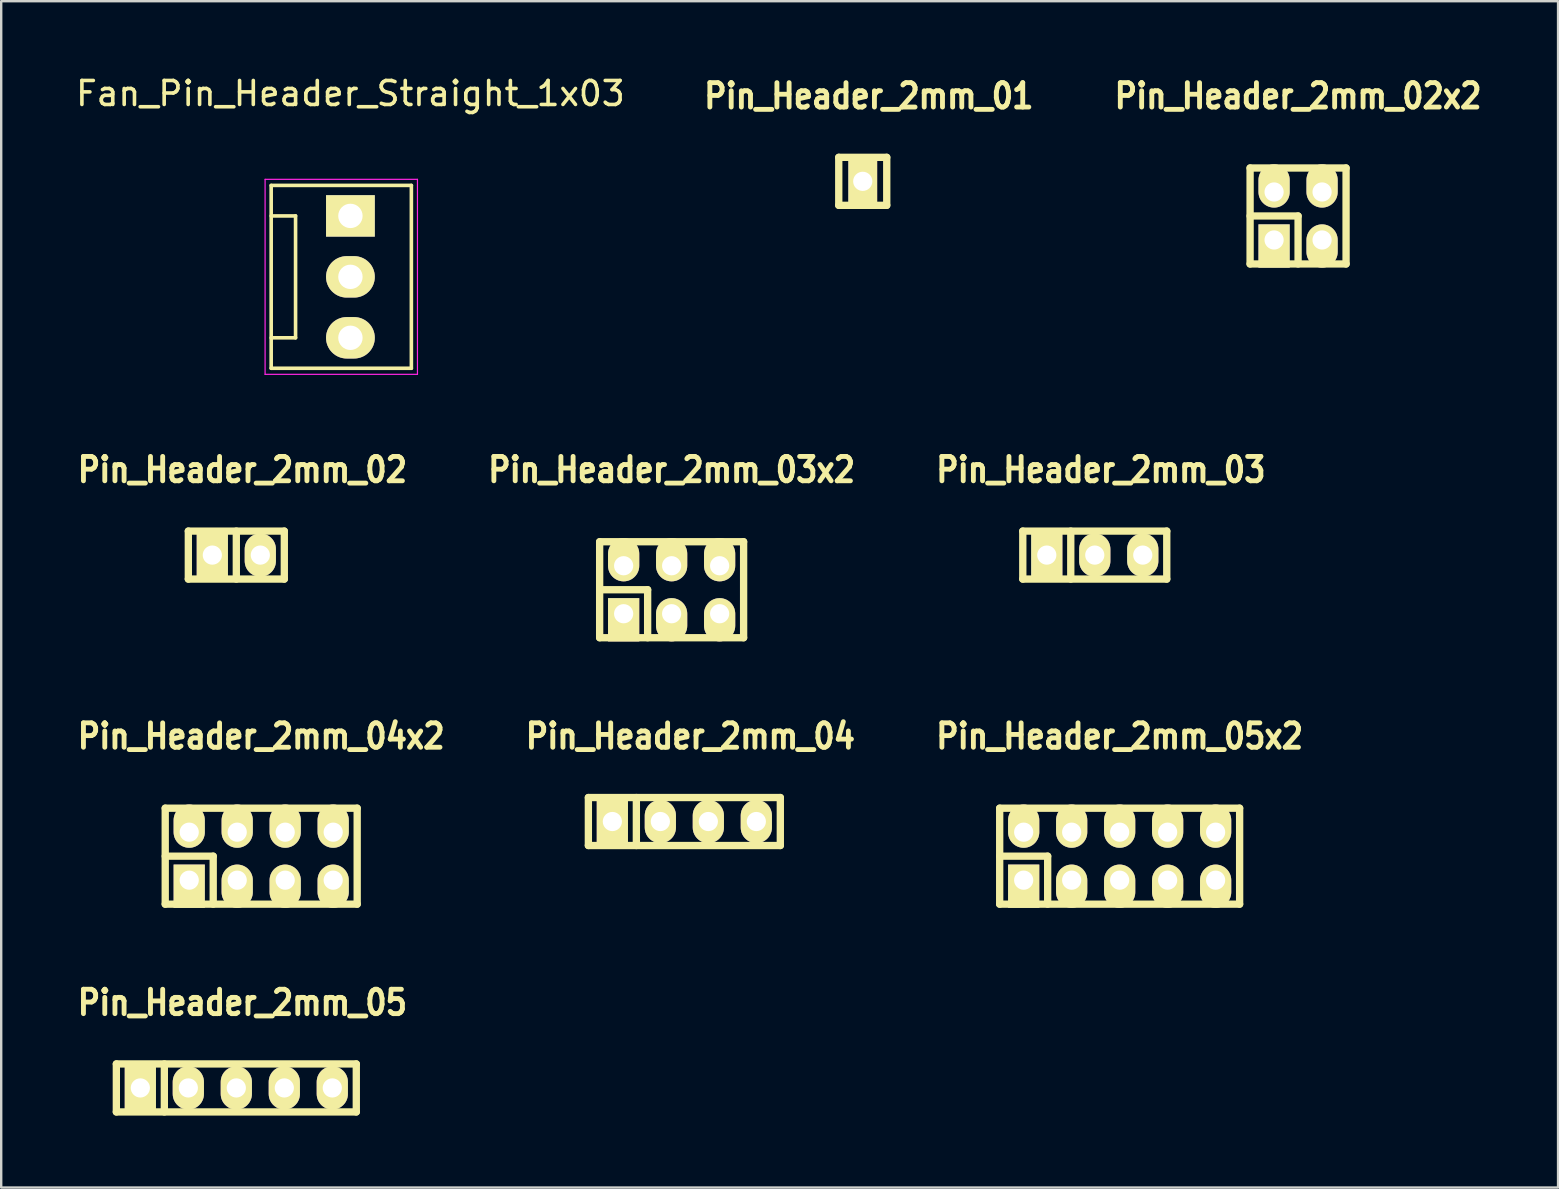
<source format=kicad_pcb>
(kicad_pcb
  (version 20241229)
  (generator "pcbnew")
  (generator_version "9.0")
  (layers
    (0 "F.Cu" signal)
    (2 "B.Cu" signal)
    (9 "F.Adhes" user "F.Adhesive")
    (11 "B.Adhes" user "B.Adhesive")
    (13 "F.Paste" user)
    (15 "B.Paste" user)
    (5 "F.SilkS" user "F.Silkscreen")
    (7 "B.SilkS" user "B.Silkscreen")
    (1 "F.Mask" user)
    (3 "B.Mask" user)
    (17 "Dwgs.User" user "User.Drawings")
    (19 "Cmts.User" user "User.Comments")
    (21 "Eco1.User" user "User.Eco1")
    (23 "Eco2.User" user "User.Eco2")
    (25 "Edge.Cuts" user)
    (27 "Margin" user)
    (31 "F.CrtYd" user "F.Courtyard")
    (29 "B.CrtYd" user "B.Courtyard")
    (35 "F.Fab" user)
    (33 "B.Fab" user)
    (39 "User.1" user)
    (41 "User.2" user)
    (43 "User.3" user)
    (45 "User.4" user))
  (footprint "Pin_Header_2mm_05x2"
    (layer "F.Cu")
    (at 43.613 32.632)
    (property "Reference" "Pin_Header_2mm_05x2" (at 0 -5 0) (layer "F.SilkS") (effects (font (size 1.016 0.889) (thickness 0.203))))
    (attr through_hole)
    (fp_line (start -5 -2) (end 5 -2) (stroke (width 0.305) (type solid)) (layer "F.SilkS"))
    (fp_line (start -5 0) (end -3 0) (stroke (width 0.305) (type solid)) (layer "F.SilkS"))
    (fp_line (start -5 2) (end -5 -2) (stroke (width 0.305) (type solid)) (layer "F.SilkS"))
    (fp_line (start -3 0) (end -3 2) (stroke (width 0.305) (type solid)) (layer "F.SilkS"))
    (fp_line (start 5 -2) (end 5 2) (stroke (width 0.305) (type solid)) (layer "F.SilkS"))
    (fp_line (start 5 2) (end -5 2) (stroke (width 0.305) (type solid)) (layer "F.SilkS"))
    (pad "1" thru_hole rect (at -4 1) (size 1.3 1.8) (drill 0.8 (offset 0 0.25)) (layers "*.Cu" "*.Mask" "F.SilkS"))
    (pad "2" thru_hole oval (at -4 -1) (size 1.3 1.8) (drill 0.8 (offset 0 -0.25)) (layers "*.Cu" "*.Mask" "F.SilkS"))
    (pad "3" thru_hole oval (at -2 1) (size 1.3 1.8) (drill 0.8 (offset 0 0.25)) (layers "*.Cu" "*.Mask" "F.SilkS"))
    (pad "4" thru_hole oval (at -2 -1) (size 1.3 1.8) (drill 0.8 (offset 0 -0.25)) (layers "*.Cu" "*.Mask" "F.SilkS"))
    (pad "5" thru_hole oval (at 0 1) (size 1.3 1.8) (drill 0.8 (offset 0 0.25)) (layers "*.Cu" "*.Mask" "F.SilkS"))
    (pad "6" thru_hole oval (at 0 -1) (size 1.3 1.8) (drill 0.8 (offset 0 -0.25)) (layers "*.Cu" "*.Mask" "F.SilkS"))
    (pad "7" thru_hole oval (at 2 1) (size 1.3 1.8) (drill 0.8 (offset 0 0.25)) (layers "*.Cu" "*.Mask" "F.SilkS"))
    (pad "8" thru_hole oval (at 2 -1) (size 1.3 1.8) (drill 0.8 (offset 0 -0.25)) (layers "*.Cu" "*.Mask" "F.SilkS"))
    (pad "9" thru_hole oval (at 4 1) (size 1.3 1.8) (drill 0.8 (offset 0 0.25)) (layers "*.Cu" "*.Mask" "F.SilkS"))
    (pad "10" thru_hole oval (at 4 -1) (size 1.3 1.8) (drill 0.8 (offset 0 -0.25)) (layers "*.Cu" "*.Mask" "F.SilkS")))
  (footprint "Pin_Header_2mm_04x2"
    (layer "F.Cu")
    (at 7.836 32.632)
    (property "Reference" "Pin_Header_2mm_04x2" (at 0 -5 0) (layer "F.SilkS") (effects (font (size 1.016 0.889) (thickness 0.203))))
    (attr through_hole)
    (fp_line (start -4 -2) (end 4 -2) (stroke (width 0.305) (type solid)) (layer "F.SilkS"))
    (fp_line (start -4 0) (end -2 0) (stroke (width 0.305) (type solid)) (layer "F.SilkS"))
    (fp_line (start -4 2) (end -4 -2) (stroke (width 0.305) (type solid)) (layer "F.SilkS"))
    (fp_line (start -2 0) (end -2 2) (stroke (width 0.305) (type solid)) (layer "F.SilkS"))
    (fp_line (start 4 -2) (end 4 2) (stroke (width 0.305) (type solid)) (layer "F.SilkS"))
    (fp_line (start 4 2) (end -4 2) (stroke (width 0.305) (type solid)) (layer "F.SilkS"))
    (pad "1" thru_hole rect (at -3 1) (size 1.3 1.8) (drill 0.8 (offset 0 0.25)) (layers "*.Cu" "*.Mask" "F.SilkS"))
    (pad "2" thru_hole oval (at -3 -1) (size 1.3 1.8) (drill 0.8 (offset 0 -0.25)) (layers "*.Cu" "*.Mask" "F.SilkS"))
    (pad "3" thru_hole oval (at -1 1) (size 1.3 1.8) (drill 0.8 (offset 0 0.25)) (layers "*.Cu" "*.Mask" "F.SilkS"))
    (pad "4" thru_hole oval (at -1 -1) (size 1.3 1.8) (drill 0.8 (offset 0 -0.25)) (layers "*.Cu" "*.Mask" "F.SilkS"))
    (pad "5" thru_hole oval (at 1 1) (size 1.3 1.8) (drill 0.8 (offset 0 0.25)) (layers "*.Cu" "*.Mask" "F.SilkS"))
    (pad "6" thru_hole oval (at 1 -1) (size 1.3 1.8) (drill 0.8 (offset 0 -0.25)) (layers "*.Cu" "*.Mask" "F.SilkS"))
    (pad "7" thru_hole oval (at 3 1) (size 1.3 1.8) (drill 0.8 (offset 0 0.25)) (layers "*.Cu" "*.Mask" "F.SilkS"))
    (pad "8" thru_hole oval (at 3 -1) (size 1.3 1.8) (drill 0.8 (offset 0 -0.25)) (layers "*.Cu" "*.Mask" "F.SilkS")))
  (footprint "Pin_Header_2mm_02"
    (layer "F.Cu")
    (at 6.799 20.084)
    (property "Reference" "Pin_Header_2mm_02" (at 0.254 -3.556 0) (layer "F.SilkS") (effects (font (size 1.016 0.889) (thickness 0.203))))
    (attr through_hole)
    (fp_line (start -2 -1) (end 2 -1) (stroke (width 0.305) (type solid)) (layer "F.SilkS"))
    (fp_line (start -2 1) (end -2 -1) (stroke (width 0.305) (type solid)) (layer "F.SilkS"))
    (fp_line (start 0 -1) (end 0 1) (stroke (width 0.305) (type solid)) (layer "F.SilkS"))
    (fp_line (start 2 -1) (end 2 1) (stroke (width 0.305) (type solid)) (layer "F.SilkS"))
    (fp_line (start 2 1) (end -2 1) (stroke (width 0.305) (type solid)) (layer "F.SilkS"))
    (pad "1" thru_hole rect (at -1 0) (size 1.3 1.8) (drill 0.8) (layers "*.Cu" "*.Mask" "F.SilkS"))
    (pad "2" thru_hole oval (at 1 0) (size 1.3 1.8) (drill 0.8) (layers "*.Cu" "*.Mask" "F.SilkS")))
  (footprint "Pin_Header_2mm_03"
    (layer "F.Cu")
    (at 42.576 20.084)
    (property "Reference" "Pin_Header_2mm_03" (at 0.254 -3.556 0) (layer "F.SilkS") (effects (font (size 1.016 0.889) (thickness 0.203))))
    (attr through_hole)
    (fp_line (start -3 -1) (end 3 -1) (stroke (width 0.305) (type solid)) (layer "F.SilkS"))
    (fp_line (start -3 1) (end -3 -1) (stroke (width 0.305) (type solid)) (layer "F.SilkS"))
    (fp_line (start -1 -1) (end -1 1) (stroke (width 0.305) (type solid)) (layer "F.SilkS"))
    (fp_line (start 3 -1) (end 3 1) (stroke (width 0.305) (type solid)) (layer "F.SilkS"))
    (fp_line (start 3 1) (end -3 1) (stroke (width 0.305) (type solid)) (layer "F.SilkS"))
    (pad "1" thru_hole rect (at -2 0) (size 1.3 1.8) (drill 0.8) (layers "*.Cu" "*.Mask" "F.SilkS"))
    (pad "2" thru_hole oval (at 0 0) (size 1.3 1.8) (drill 0.8) (layers "*.Cu" "*.Mask" "F.SilkS"))
    (pad "3" thru_hole oval (at 2 0) (size 1.3 1.8) (drill 0.8) (layers "*.Cu" "*.Mask" "F.SilkS")))
  (footprint "Pin_Header_2mm_03x2"
    (layer "F.Cu")
    (at 24.941 21.528)
    (property "Reference" "Pin_Header_2mm_03x2" (at 0 -5 0) (layer "F.SilkS") (effects (font (size 1.016 0.889) (thickness 0.203))))
    (attr through_hole)
    (fp_line (start -3 -2) (end 3 -2) (stroke (width 0.305) (type solid)) (layer "F.SilkS"))
    (fp_line (start -3 0) (end -1 0) (stroke (width 0.305) (type solid)) (layer "F.SilkS"))
    (fp_line (start -3 2) (end -3 -2) (stroke (width 0.305) (type solid)) (layer "F.SilkS"))
    (fp_line (start -1 0) (end -1 2) (stroke (width 0.305) (type solid)) (layer "F.SilkS"))
    (fp_line (start 3 -2) (end 3 2) (stroke (width 0.305) (type solid)) (layer "F.SilkS"))
    (fp_line (start 3 2) (end -3 2) (stroke (width 0.305) (type solid)) (layer "F.SilkS"))
    (pad "1" thru_hole rect (at -2 1) (size 1.3 1.8) (drill 0.8 (offset 0 0.25)) (layers "*.Cu" "*.Mask" "F.SilkS"))
    (pad "2" thru_hole oval (at -2 -1) (size 1.3 1.8) (drill 0.8 (offset 0 -0.25)) (layers "*.Cu" "*.Mask" "F.SilkS"))
    (pad "3" thru_hole oval (at 0 1) (size 1.3 1.8) (drill 0.8 (offset 0 0.25)) (layers "*.Cu" "*.Mask" "F.SilkS"))
    (pad "4" thru_hole oval (at 0 -1) (size 1.3 1.8) (drill 0.8 (offset 0 -0.25)) (layers "*.Cu" "*.Mask" "F.SilkS"))
    (pad "5" thru_hole oval (at 2 1) (size 1.3 1.8) (drill 0.8 (offset 0 0.25)) (layers "*.Cu" "*.Mask" "F.SilkS"))
    (pad "6" thru_hole oval (at 2 -1) (size 1.3 1.8) (drill 0.8 (offset 0 -0.25)) (layers "*.Cu" "*.Mask" "F.SilkS")))
  (footprint "Fan_Pin_Header_Straight_1x03"
    (layer "F.Cu")
    (at 11.554 5.948)
    (property "Reference" "Fan_Pin_Header_Straight_1x03" (at 0 -5.1 0) (layer "F.SilkS") (effects (font (size 1 1) (thickness 0.15))))
    (attr through_hole)
    (fp_line (start -3.302 0) (end -2.286 0) (stroke (width 0.15) (type solid)) (layer "F.SilkS"))
    (fp_line (start -3.302 6.35) (end -3.302 -1.27) (stroke (width 0.15) (type solid)) (layer "F.SilkS"))
    (fp_line (start -2.286 0) (end -2.286 5.08) (stroke (width 0.15) (type solid)) (layer "F.SilkS"))
    (fp_line (start -2.286 5.08) (end -3.302 5.08) (stroke (width 0.15) (type solid)) (layer "F.SilkS"))
    (fp_line (start 2.54 -1.27) (end -3.302 -1.27) (stroke (width 0.15) (type solid)) (layer "F.SilkS"))
    (fp_line (start 2.54 -1.27) (end 2.54 6.35) (stroke (width 0.15) (type solid)) (layer "F.SilkS"))
    (fp_line (start 2.54 6.35) (end -3.302 6.35) (stroke (width 0.15) (type solid)) (layer "F.SilkS"))
    (fp_line (start -3.556 -1.524) (end 2.794 -1.524) (stroke (width 0.05) (type solid)) (layer "F.CrtYd"))
    (fp_line (start -3.556 6.604) (end -3.556 -1.524) (stroke (width 0.05) (type solid)) (layer "F.CrtYd"))
    (fp_line (start 2.794 -1.524) (end 2.794 6.604) (stroke (width 0.05) (type solid)) (layer "F.CrtYd"))
    (fp_line (start 2.794 6.604) (end -3.556 6.604) (stroke (width 0.05) (type solid)) (layer "F.CrtYd"))
    (pad "1" thru_hole rect (at 0 0) (size 2.032 1.727) (drill 1.016) (layers "*.Cu" "*.Mask" "F.SilkS"))
    (pad "2" thru_hole oval (at 0 2.54) (size 2.032 1.727) (drill 1.016) (layers "*.Cu" "*.Mask" "F.SilkS"))
    (pad "3" thru_hole oval (at 0 5.08) (size 2.032 1.727) (drill 1.016) (layers "*.Cu" "*.Mask" "F.SilkS")))
  (footprint "Pin_Header_2mm_04"
    (layer "F.Cu")
    (at 25.471 31.188)
    (property "Reference" "Pin_Header_2mm_04" (at 0.254 -3.556 0) (layer "F.SilkS") (effects (font (size 1.016 0.889) (thickness 0.203))))
    (attr through_hole)
    (fp_line (start -4 -1) (end 4 -1) (stroke (width 0.305) (type solid)) (layer "F.SilkS"))
    (fp_line (start -4 1) (end -4 -1) (stroke (width 0.305) (type solid)) (layer "F.SilkS"))
    (fp_line (start -2 -1) (end -2 1) (stroke (width 0.305) (type solid)) (layer "F.SilkS"))
    (fp_line (start 4 -1) (end 4 1) (stroke (width 0.305) (type solid)) (layer "F.SilkS"))
    (fp_line (start 4 1) (end -4 1) (stroke (width 0.305) (type solid)) (layer "F.SilkS"))
    (pad "1" thru_hole rect (at -3 0) (size 1.3 1.8) (drill 0.8) (layers "*.Cu" "*.Mask" "F.SilkS"))
    (pad "2" thru_hole oval (at -1 0) (size 1.3 1.8) (drill 0.8) (layers "*.Cu" "*.Mask" "F.SilkS"))
    (pad "3" thru_hole oval (at 1 0) (size 1.3 1.8) (drill 0.8) (layers "*.Cu" "*.Mask" "F.SilkS"))
    (pad "4" thru_hole oval (at 3 0) (size 1.3 1.8) (drill 0.8) (layers "*.Cu" "*.Mask" "F.SilkS")))
  (footprint "Pin_Header_2mm_01"
    (layer "F.Cu")
    (at 32.906 4.507)
    (property "Reference" "Pin_Header_2mm_01" (at 0.254 -3.556 0) (layer "F.SilkS") (effects (font (size 1.016 0.889) (thickness 0.203))))
    (attr through_hole)
    (fp_line (start -1 -1) (end 1 -1) (stroke (width 0.305) (type solid)) (layer "F.SilkS"))
    (fp_line (start -1 1) (end -1 -1) (stroke (width 0.305) (type solid)) (layer "F.SilkS"))
    (fp_line (start 1 -1) (end 1 1) (stroke (width 0.305) (type solid)) (layer "F.SilkS"))
    (fp_line (start 1 1) (end -1 1) (stroke (width 0.305) (type solid)) (layer "F.SilkS"))
    (pad "1" thru_hole rect (at 0 0) (size 1.2 1.8) (drill 0.8) (layers "*.Cu" "*.Mask" "F.SilkS")))
  (footprint "Pin_Header_2mm_05"
    (layer "F.Cu")
    (at 6.799 42.291)
    (property "Reference" "Pin_Header_2mm_05" (at 0.254 -3.556 0) (layer "F.SilkS") (effects (font (size 1.016 0.889) (thickness 0.203))))
    (attr through_hole)
    (fp_line (start -5 -1) (end 5 -1) (stroke (width 0.305) (type solid)) (layer "F.SilkS"))
    (fp_line (start -5 1) (end -5 -1) (stroke (width 0.305) (type solid)) (layer "F.SilkS"))
    (fp_line (start -3 -1) (end -3 1) (stroke (width 0.305) (type solid)) (layer "F.SilkS"))
    (fp_line (start 5 -1) (end 5 1) (stroke (width 0.305) (type solid)) (layer "F.SilkS"))
    (fp_line (start 5 1) (end -5 1) (stroke (width 0.305) (type solid)) (layer "F.SilkS"))
    (pad "1" thru_hole rect (at -4 0) (size 1.3 1.8) (drill 0.8) (layers "*.Cu" "*.Mask" "F.SilkS"))
    (pad "2" thru_hole oval (at -2 0) (size 1.3 1.8) (drill 0.8) (layers "*.Cu" "*.Mask" "F.SilkS"))
    (pad "3" thru_hole oval (at 0 0) (size 1.3 1.8) (drill 0.8) (layers "*.Cu" "*.Mask" "F.SilkS"))
    (pad "4" thru_hole oval (at 2 0) (size 1.3 1.8) (drill 0.8) (layers "*.Cu" "*.Mask" "F.SilkS"))
    (pad "5" thru_hole oval (at 4 0) (size 1.3 1.8) (drill 0.8) (layers "*.Cu" "*.Mask" "F.SilkS")))
  (footprint "Pin_Header_2mm_02x2"
    (layer "F.Cu")
    (at 51.049 5.951)
    (property "Reference" "Pin_Header_2mm_02x2" (at 0 -5 0) (layer "F.SilkS") (effects (font (size 1.016 0.889) (thickness 0.203))))
    (attr through_hole)
    (fp_line (start -2 -2) (end 2 -2) (stroke (width 0.305) (type solid)) (layer "F.SilkS"))
    (fp_line (start -2 0) (end 0 0) (stroke (width 0.305) (type solid)) (layer "F.SilkS"))
    (fp_line (start -2 2) (end -2 -2) (stroke (width 0.305) (type solid)) (layer "F.SilkS"))
    (fp_line (start 0 0) (end 0 2) (stroke (width 0.305) (type solid)) (layer "F.SilkS"))
    (fp_line (start 2 -2) (end 2 2) (stroke (width 0.305) (type solid)) (layer "F.SilkS"))
    (fp_line (start 2 2) (end -2 2) (stroke (width 0.305) (type solid)) (layer "F.SilkS"))
    (pad "1" thru_hole rect (at -1 1) (size 1.3 1.8) (drill 0.8 (offset 0 0.25)) (layers "*.Cu" "*.Mask" "F.SilkS"))
    (pad "2" thru_hole oval (at -1 -1) (size 1.3 1.8) (drill 0.8 (offset 0 -0.25)) (layers "*.Cu" "*.Mask" "F.SilkS"))
    (pad "3" thru_hole oval (at 1 1) (size 1.3 1.8) (drill 0.8 (offset 0 0.25)) (layers "*.Cu" "*.Mask" "F.SilkS"))
    (pad "4" thru_hole oval (at 1 -1) (size 1.3 1.8) (drill 0.8 (offset 0 -0.25)) (layers "*.Cu" "*.Mask" "F.SilkS")))
  (gr_rect
    (start -3 -3)
    (end 61.884 46.443)
    (stroke (width 0.1) (type default))
    (fill no)
    (layer "Edge.Cuts")))
</source>
